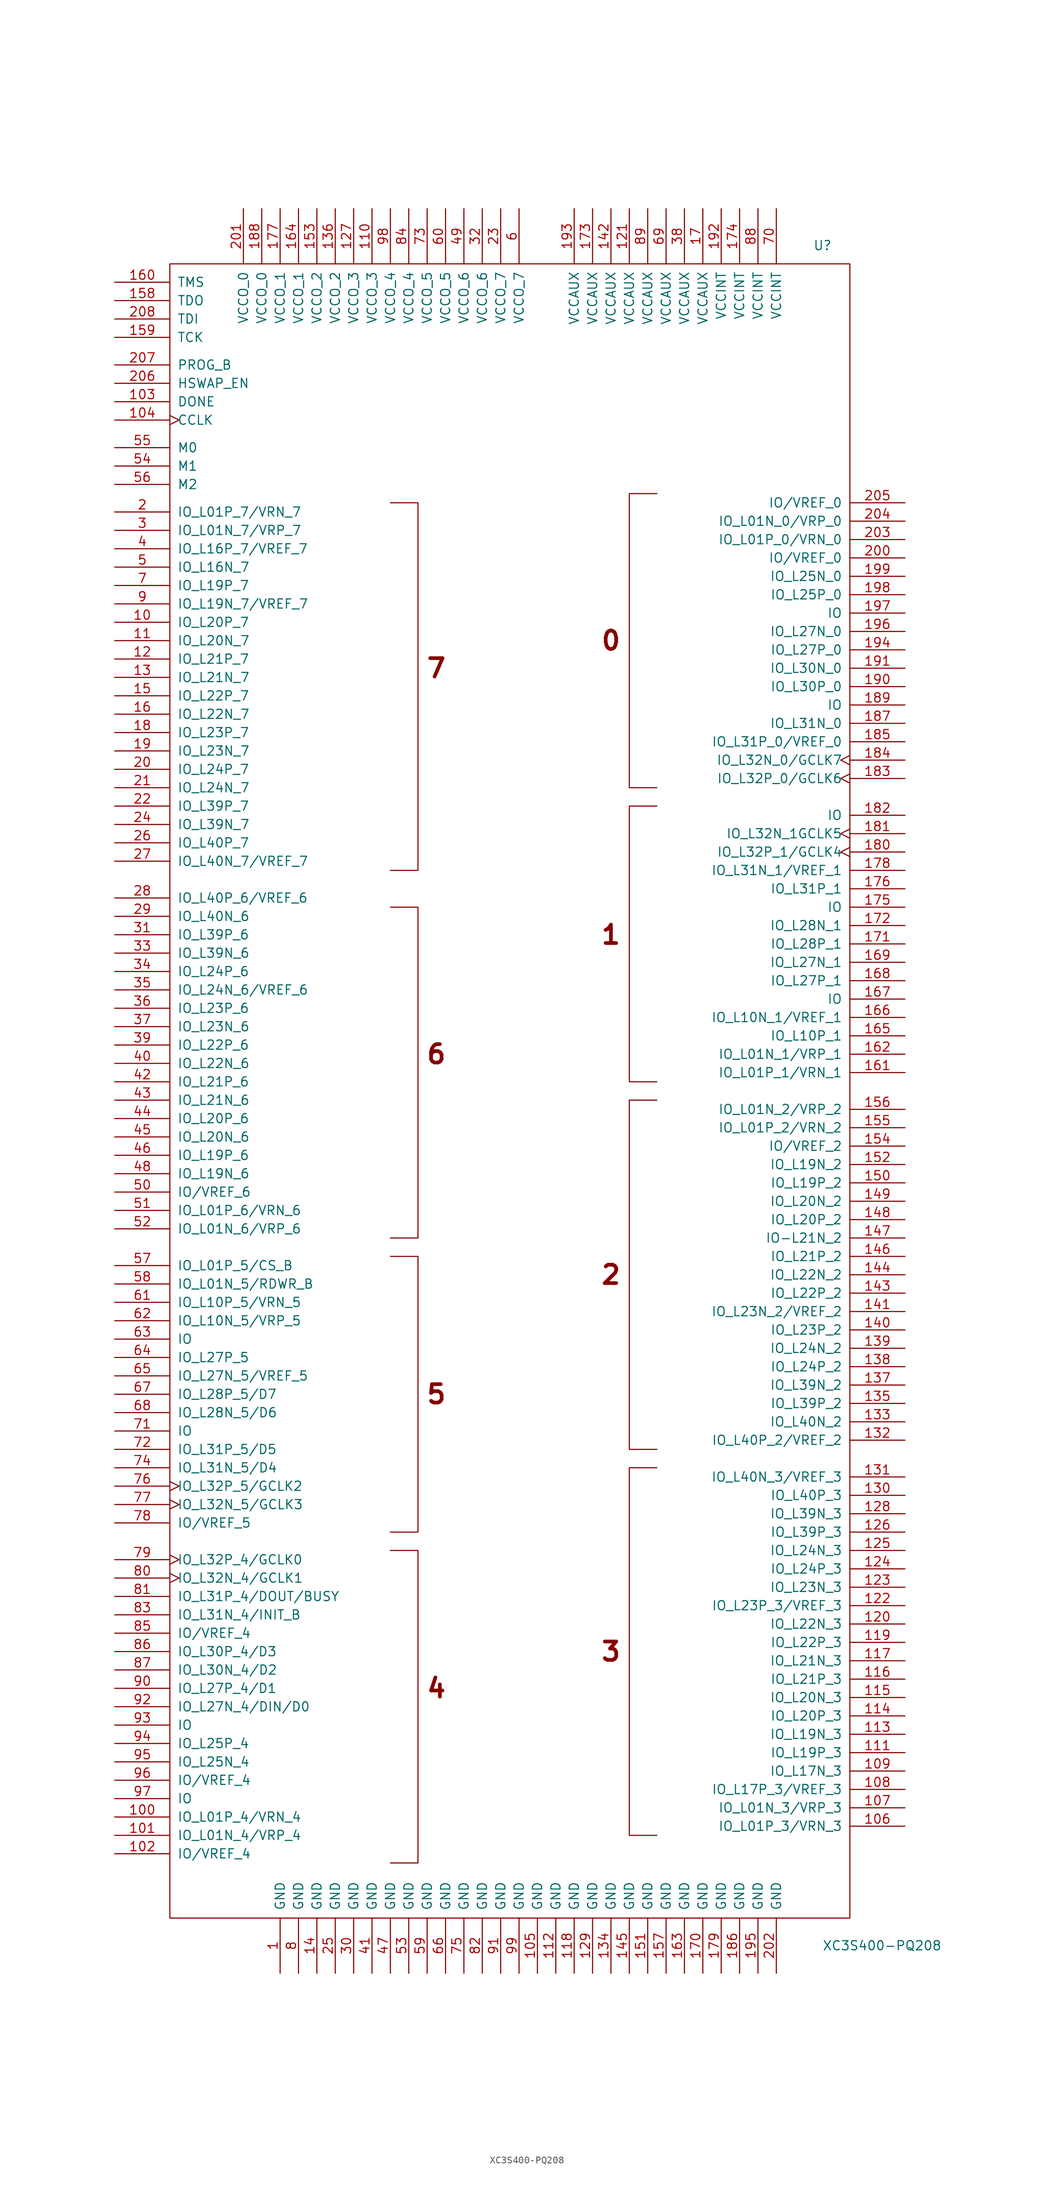
<source format=kicad_sym>
(kicad_symbol_lib
  (version 20201005)
  (generator kicad_symbol_editor)
  (symbol "FPGA_Xilinx:XC3S400-PQ208"
    (pin_names
      (offset 1.016))
    (property "Reference" "U"
      (at 41.91 116.84 0)
      (effects (font (size 1.27 1.27)) (justify left)))
    (property "Value" "XC3S400-PQ208"
      (at 43.18 -118.11 0)
      (effects (font (size 1.27 1.27)) (justify left)))
    (symbol "XC3S400-PQ208_0_0"
      (text "0" (at 13.97 62.23 0) (effects (font (size 2.54 2.54) bold)))
      (text "1" (at 13.97 21.59 0) (effects (font (size 2.54 2.54) bold)))
      (text "2" (at 13.97 -25.4 0) (effects (font (size 2.54 2.54) bold)))
      (text "3" (at 13.97 -77.47 0) (effects (font (size 2.54 2.54) bold)))
      (text "4" (at -10.16 -82.55 0) (effects (font (size 2.54 2.54) bold)))
      (text "5" (at -10.16 -41.91 0) (effects (font (size 2.54 2.54) bold)))
      (text "6" (at -10.16 5.08 0) (effects (font (size 2.54 2.54) bold)))
      (text "7" (at -10.16 58.42 0) (effects (font (size 2.54 2.54) bold))))
    (symbol "XC3S400-PQ208_0_1"
      (rectangle (start -46.99 114.3) (end 46.99 -114.3) (stroke (width 0)) (fill (type none)))
      (polyline (pts (xy -16.51 -63.5) (xy -12.7 -63.5) (xy -12.7 -106.68) (xy -16.51 -106.68) (xy -15.24 -106.68)) (stroke (width 0)) (fill (type none)))
      (polyline (pts (xy -16.51 -60.96) (xy -12.7 -60.96) (xy -12.7 -22.86) (xy -16.51 -22.86) (xy -16.51 -22.86)) (stroke (width 0)) (fill (type none)))
      (polyline (pts (xy -16.51 -20.32) (xy -12.7 -20.32) (xy -12.7 25.4) (xy -16.51 25.4) (xy -16.51 25.4)) (stroke (width 0)) (fill (type none)))
      (polyline (pts (xy -16.51 30.48) (xy -12.7 30.48) (xy -12.7 81.28) (xy -16.51 81.28) (xy -16.51 81.28)) (stroke (width 0)) (fill (type none)))
      (polyline (pts (xy 20.32 -52.07) (xy 16.51 -52.07) (xy 16.51 -102.87) (xy 20.32 -102.87) (xy 20.32 -102.87)) (stroke (width 0)) (fill (type none)))
      (polyline (pts (xy 20.32 -1.27) (xy 16.51 -1.27) (xy 16.51 -49.53) (xy 20.32 -49.53) (xy 20.32 -49.53)) (stroke (width 0)) (fill (type none)))
      (polyline (pts (xy 20.32 39.37) (xy 16.51 39.37) (xy 16.51 1.27) (xy 20.32 1.27) (xy 20.32 1.27)) (stroke (width 0)) (fill (type none)))
      (polyline (pts (xy 20.32 82.55) (xy 16.51 82.55) (xy 16.51 41.91) (xy 20.32 41.91) (xy 20.32 41.91)) (stroke (width 0)) (fill (type none))))
    (symbol "XC3S400-PQ208_1_1"
      (pin power_in line (at -31.75 -121.92 90) (length 7.62) (name "GND" (effects (font (size 1.27 1.27)))) (number "1" (effects (font (size 1.27 1.27)))))
      (pin bidirectional line (at -54.61 64.77 0) (length 7.62) (name "IO_L20P_7" (effects (font (size 1.27 1.27)))) (number "10" (effects (font (size 1.27 1.27)))))
      (pin bidirectional line (at -54.61 -100.33 0) (length 7.62) (name "IO_L01P_4/VRN_4" (effects (font (size 1.27 1.27)))) (number "100" (effects (font (size 1.27 1.27)))))
      (pin bidirectional line (at -54.61 -102.87 0) (length 7.62) (name "IO_L01N_4/VRP_4" (effects (font (size 1.27 1.27)))) (number "101" (effects (font (size 1.27 1.27)))))
      (pin bidirectional line (at -54.61 -105.41 0) (length 7.62) (name "IO/VREF_4" (effects (font (size 1.27 1.27)))) (number "102" (effects (font (size 1.27 1.27)))))
      (pin bidirectional line (at -54.61 95.25 0) (length 7.62) (name "DONE" (effects (font (size 1.27 1.27)))) (number "103" (effects (font (size 1.27 1.27)))))
      (pin bidirectional clock (at -54.61 92.71 0) (length 7.62) (name "CCLK" (effects (font (size 1.27 1.27)))) (number "104" (effects (font (size 1.27 1.27)))))
      (pin power_in line (at 3.81 -121.92 90) (length 7.62) (name "GND" (effects (font (size 1.27 1.27)))) (number "105" (effects (font (size 1.27 1.27)))))
      (pin bidirectional line (at 54.61 -101.6 180) (length 7.62) (name "IO_L01P_3/VRN_3" (effects (font (size 1.27 1.27)))) (number "106" (effects (font (size 1.27 1.27)))))
      (pin bidirectional line (at 54.61 -99.06 180) (length 7.62) (name "IO_L01N_3/VRP_3" (effects (font (size 1.27 1.27)))) (number "107" (effects (font (size 1.27 1.27)))))
      (pin bidirectional line (at 54.61 -96.52 180) (length 7.62) (name "IO_L17P_3/VREF_3" (effects (font (size 1.27 1.27)))) (number "108" (effects (font (size 1.27 1.27)))))
      (pin bidirectional line (at 54.61 -93.98 180) (length 7.62) (name "IO_L17N_3" (effects (font (size 1.27 1.27)))) (number "109" (effects (font (size 1.27 1.27)))))
      (pin bidirectional line (at -54.61 62.23 0) (length 7.62) (name "IO_L20N_7" (effects (font (size 1.27 1.27)))) (number "11" (effects (font (size 1.27 1.27)))))
      (pin power_in line (at -19.05 121.92 270) (length 7.62) (name "VCCO_3" (effects (font (size 1.27 1.27)))) (number "110" (effects (font (size 1.27 1.27)))))
      (pin bidirectional line (at 54.61 -91.44 180) (length 7.62) (name "IO_L19P_3" (effects (font (size 1.27 1.27)))) (number "111" (effects (font (size 1.27 1.27)))))
      (pin power_in line (at 6.35 -121.92 90) (length 7.62) (name "GND" (effects (font (size 1.27 1.27)))) (number "112" (effects (font (size 1.27 1.27)))))
      (pin bidirectional line (at 54.61 -88.9 180) (length 7.62) (name "IO_L19N_3" (effects (font (size 1.27 1.27)))) (number "113" (effects (font (size 1.27 1.27)))))
      (pin bidirectional line (at 54.61 -86.36 180) (length 7.62) (name "IO_L20P_3" (effects (font (size 1.27 1.27)))) (number "114" (effects (font (size 1.27 1.27)))))
      (pin bidirectional line (at 54.61 -83.82 180) (length 7.62) (name "IO_L20N_3" (effects (font (size 1.27 1.27)))) (number "115" (effects (font (size 1.27 1.27)))))
      (pin bidirectional line (at 54.61 -81.28 180) (length 7.62) (name "IO_L21P_3" (effects (font (size 1.27 1.27)))) (number "116" (effects (font (size 1.27 1.27)))))
      (pin bidirectional line (at 54.61 -78.74 180) (length 7.62) (name "IO_L21N_3" (effects (font (size 1.27 1.27)))) (number "117" (effects (font (size 1.27 1.27)))))
      (pin power_in line (at 8.89 -121.92 90) (length 7.62) (name "GND" (effects (font (size 1.27 1.27)))) (number "118" (effects (font (size 1.27 1.27)))))
      (pin bidirectional line (at 54.61 -76.2 180) (length 7.62) (name "IO_L22P_3" (effects (font (size 1.27 1.27)))) (number "119" (effects (font (size 1.27 1.27)))))
      (pin bidirectional line (at -54.61 59.69 0) (length 7.62) (name "IO_L21P_7" (effects (font (size 1.27 1.27)))) (number "12" (effects (font (size 1.27 1.27)))))
      (pin bidirectional line (at 54.61 -73.66 180) (length 7.62) (name "IO_L22N_3" (effects (font (size 1.27 1.27)))) (number "120" (effects (font (size 1.27 1.27)))))
      (pin power_in line (at 16.51 121.92 270) (length 7.62) (name "VCCAUX" (effects (font (size 1.27 1.27)))) (number "121" (effects (font (size 1.27 1.27)))))
      (pin bidirectional line (at 54.61 -71.12 180) (length 7.62) (name "IO_L23P_3/VREF_3" (effects (font (size 1.27 1.27)))) (number "122" (effects (font (size 1.27 1.27)))))
      (pin bidirectional line (at 54.61 -68.58 180) (length 7.62) (name "IO_L23N_3" (effects (font (size 1.27 1.27)))) (number "123" (effects (font (size 1.27 1.27)))))
      (pin bidirectional line (at 54.61 -66.04 180) (length 7.62) (name "IO_L24P_3" (effects (font (size 1.27 1.27)))) (number "124" (effects (font (size 1.27 1.27)))))
      (pin bidirectional line (at 54.61 -63.5 180) (length 7.62) (name "IO_L24N_3" (effects (font (size 1.27 1.27)))) (number "125" (effects (font (size 1.27 1.27)))))
      (pin bidirectional line (at 54.61 -60.96 180) (length 7.62) (name "IO_L39P_3" (effects (font (size 1.27 1.27)))) (number "126" (effects (font (size 1.27 1.27)))))
      (pin power_in line (at -21.59 121.92 270) (length 7.62) (name "VCCO_3" (effects (font (size 1.27 1.27)))) (number "127" (effects (font (size 1.27 1.27)))))
      (pin bidirectional line (at 54.61 -58.42 180) (length 7.62) (name "IO_L39N_3" (effects (font (size 1.27 1.27)))) (number "128" (effects (font (size 1.27 1.27)))))
      (pin power_in line (at 11.43 -121.92 90) (length 7.62) (name "GND" (effects (font (size 1.27 1.27)))) (number "129" (effects (font (size 1.27 1.27)))))
      (pin bidirectional line (at -54.61 57.15 0) (length 7.62) (name "IO_L21N_7" (effects (font (size 1.27 1.27)))) (number "13" (effects (font (size 1.27 1.27)))))
      (pin bidirectional line (at 54.61 -55.88 180) (length 7.62) (name "IO_L40P_3" (effects (font (size 1.27 1.27)))) (number "130" (effects (font (size 1.27 1.27)))))
      (pin bidirectional line (at 54.61 -53.34 180) (length 7.62) (name "IO_L40N_3/VREF_3" (effects (font (size 1.27 1.27)))) (number "131" (effects (font (size 1.27 1.27)))))
      (pin bidirectional line (at 54.61 -48.26 180) (length 7.62) (name "IO_L40P_2/VREF_2" (effects (font (size 1.27 1.27)))) (number "132" (effects (font (size 1.27 1.27)))))
      (pin bidirectional line (at 54.61 -45.72 180) (length 7.62) (name "IO_L40N_2" (effects (font (size 1.27 1.27)))) (number "133" (effects (font (size 1.27 1.27)))))
      (pin power_in line (at 13.97 -121.92 90) (length 7.62) (name "GND" (effects (font (size 1.27 1.27)))) (number "134" (effects (font (size 1.27 1.27)))))
      (pin bidirectional line (at 54.61 -43.18 180) (length 7.62) (name "IO_L39P_2" (effects (font (size 1.27 1.27)))) (number "135" (effects (font (size 1.27 1.27)))))
      (pin power_in line (at -24.13 121.92 270) (length 7.62) (name "VCCO_2" (effects (font (size 1.27 1.27)))) (number "136" (effects (font (size 1.27 1.27)))))
      (pin bidirectional line (at 54.61 -40.64 180) (length 7.62) (name "IO_L39N_2" (effects (font (size 1.27 1.27)))) (number "137" (effects (font (size 1.27 1.27)))))
      (pin bidirectional line (at 54.61 -38.1 180) (length 7.62) (name "IO_L24P_2" (effects (font (size 1.27 1.27)))) (number "138" (effects (font (size 1.27 1.27)))))
      (pin bidirectional line (at 54.61 -35.56 180) (length 7.62) (name "IO_L24N_2" (effects (font (size 1.27 1.27)))) (number "139" (effects (font (size 1.27 1.27)))))
      (pin power_in line (at -26.67 -121.92 90) (length 7.62) (name "GND" (effects (font (size 1.27 1.27)))) (number "14" (effects (font (size 1.27 1.27)))))
      (pin bidirectional line (at 54.61 -33.02 180) (length 7.62) (name "IO_L23P_2" (effects (font (size 1.27 1.27)))) (number "140" (effects (font (size 1.27 1.27)))))
      (pin bidirectional line (at 54.61 -30.48 180) (length 7.62) (name "IO_L23N_2/VREF_2" (effects (font (size 1.27 1.27)))) (number "141" (effects (font (size 1.27 1.27)))))
      (pin power_in line (at 13.97 121.92 270) (length 7.62) (name "VCCAUX" (effects (font (size 1.27 1.27)))) (number "142" (effects (font (size 1.27 1.27)))))
      (pin bidirectional line (at 54.61 -27.94 180) (length 7.62) (name "IO_L22P_2" (effects (font (size 1.27 1.27)))) (number "143" (effects (font (size 1.27 1.27)))))
      (pin bidirectional line (at 54.61 -25.4 180) (length 7.62) (name "IO_L22N_2" (effects (font (size 1.27 1.27)))) (number "144" (effects (font (size 1.27 1.27)))))
      (pin power_in line (at 16.51 -121.92 90) (length 7.62) (name "GND" (effects (font (size 1.27 1.27)))) (number "145" (effects (font (size 1.27 1.27)))))
      (pin bidirectional line (at 54.61 -22.86 180) (length 7.62) (name "IO_L21P_2" (effects (font (size 1.27 1.27)))) (number "146" (effects (font (size 1.27 1.27)))))
      (pin bidirectional line (at 54.61 -20.32 180) (length 7.62) (name "IO-L21N_2" (effects (font (size 1.27 1.27)))) (number "147" (effects (font (size 1.27 1.27)))))
      (pin bidirectional line (at 54.61 -17.78 180) (length 7.62) (name "IO_L20P_2" (effects (font (size 1.27 1.27)))) (number "148" (effects (font (size 1.27 1.27)))))
      (pin bidirectional line (at 54.61 -15.24 180) (length 7.62) (name "IO_L20N_2" (effects (font (size 1.27 1.27)))) (number "149" (effects (font (size 1.27 1.27)))))
      (pin bidirectional line (at -54.61 54.61 0) (length 7.62) (name "IO_L22P_7" (effects (font (size 1.27 1.27)))) (number "15" (effects (font (size 1.27 1.27)))))
      (pin bidirectional line (at 54.61 -12.7 180) (length 7.62) (name "IO_L19P_2" (effects (font (size 1.27 1.27)))) (number "150" (effects (font (size 1.27 1.27)))))
      (pin power_in line (at 19.05 -121.92 90) (length 7.62) (name "GND" (effects (font (size 1.27 1.27)))) (number "151" (effects (font (size 1.27 1.27)))))
      (pin bidirectional line (at 54.61 -10.16 180) (length 7.62) (name "IO_L19N_2" (effects (font (size 1.27 1.27)))) (number "152" (effects (font (size 1.27 1.27)))))
      (pin power_in line (at -26.67 121.92 270) (length 7.62) (name "VCCO_2" (effects (font (size 1.27 1.27)))) (number "153" (effects (font (size 1.27 1.27)))))
      (pin bidirectional line (at 54.61 -7.62 180) (length 7.62) (name "IO/VREF_2" (effects (font (size 1.27 1.27)))) (number "154" (effects (font (size 1.27 1.27)))))
      (pin bidirectional line (at 54.61 -5.08 180) (length 7.62) (name "IO_L01P_2/VRN_2" (effects (font (size 1.27 1.27)))) (number "155" (effects (font (size 1.27 1.27)))))
      (pin bidirectional line (at 54.61 -2.54 180) (length 7.62) (name "IO_L01N_2/VRP_2" (effects (font (size 1.27 1.27)))) (number "156" (effects (font (size 1.27 1.27)))))
      (pin power_in line (at 21.59 -121.92 90) (length 7.62) (name "GND" (effects (font (size 1.27 1.27)))) (number "157" (effects (font (size 1.27 1.27)))))
      (pin bidirectional line (at -54.61 109.22 0) (length 7.62) (name "TDO" (effects (font (size 1.27 1.27)))) (number "158" (effects (font (size 1.27 1.27)))))
      (pin bidirectional line (at -54.61 104.14 0) (length 7.62) (name "TCK" (effects (font (size 1.27 1.27)))) (number "159" (effects (font (size 1.27 1.27)))))
      (pin bidirectional line (at -54.61 52.07 0) (length 7.62) (name "IO_L22N_7" (effects (font (size 1.27 1.27)))) (number "16" (effects (font (size 1.27 1.27)))))
      (pin bidirectional line (at -54.61 111.76 0) (length 7.62) (name "TMS" (effects (font (size 1.27 1.27)))) (number "160" (effects (font (size 1.27 1.27)))))
      (pin bidirectional line (at 54.61 2.54 180) (length 7.62) (name "IO_L01P_1/VRN_1" (effects (font (size 1.27 1.27)))) (number "161" (effects (font (size 1.27 1.27)))))
      (pin bidirectional line (at 54.61 5.08 180) (length 7.62) (name "IO_L01N_1/VRP_1" (effects (font (size 1.27 1.27)))) (number "162" (effects (font (size 1.27 1.27)))))
      (pin power_in line (at 24.13 -121.92 90) (length 7.62) (name "GND" (effects (font (size 1.27 1.27)))) (number "163" (effects (font (size 1.27 1.27)))))
      (pin power_in line (at -29.21 121.92 270) (length 7.62) (name "VCCO_1" (effects (font (size 1.27 1.27)))) (number "164" (effects (font (size 1.27 1.27)))))
      (pin bidirectional line (at 54.61 7.62 180) (length 7.62) (name "IO_L10P_1" (effects (font (size 1.27 1.27)))) (number "165" (effects (font (size 1.27 1.27)))))
      (pin bidirectional line (at 54.61 10.16 180) (length 7.62) (name "IO_L10N_1/VREF_1" (effects (font (size 1.27 1.27)))) (number "166" (effects (font (size 1.27 1.27)))))
      (pin bidirectional line (at 54.61 12.7 180) (length 7.62) (name "IO" (effects (font (size 1.27 1.27)))) (number "167" (effects (font (size 1.27 1.27)))))
      (pin bidirectional line (at 54.61 15.24 180) (length 7.62) (name "IO_L27P_1" (effects (font (size 1.27 1.27)))) (number "168" (effects (font (size 1.27 1.27)))))
      (pin bidirectional line (at 54.61 17.78 180) (length 7.62) (name "IO_L27N_1" (effects (font (size 1.27 1.27)))) (number "169" (effects (font (size 1.27 1.27)))))
      (pin power_in line (at 26.67 121.92 270) (length 7.62) (name "VCCAUX" (effects (font (size 1.27 1.27)))) (number "17" (effects (font (size 1.27 1.27)))))
      (pin power_in line (at 26.67 -121.92 90) (length 7.62) (name "GND" (effects (font (size 1.27 1.27)))) (number "170" (effects (font (size 1.27 1.27)))))
      (pin bidirectional line (at 54.61 20.32 180) (length 7.62) (name "IO_L28P_1" (effects (font (size 1.27 1.27)))) (number "171" (effects (font (size 1.27 1.27)))))
      (pin bidirectional line (at 54.61 22.86 180) (length 7.62) (name "IO_L28N_1" (effects (font (size 1.27 1.27)))) (number "172" (effects (font (size 1.27 1.27)))))
      (pin power_in line (at 11.43 121.92 270) (length 7.62) (name "VCCAUX" (effects (font (size 1.27 1.27)))) (number "173" (effects (font (size 1.27 1.27)))))
      (pin power_in line (at 31.75 121.92 270) (length 7.62) (name "VCCINT" (effects (font (size 1.27 1.27)))) (number "174" (effects (font (size 1.27 1.27)))))
      (pin bidirectional line (at 54.61 25.4 180) (length 7.62) (name "IO" (effects (font (size 1.27 1.27)))) (number "175" (effects (font (size 1.27 1.27)))))
      (pin bidirectional line (at 54.61 27.94 180) (length 7.62) (name "IO_L31P_1" (effects (font (size 1.27 1.27)))) (number "176" (effects (font (size 1.27 1.27)))))
      (pin power_in line (at -31.75 121.92 270) (length 7.62) (name "VCCO_1" (effects (font (size 1.27 1.27)))) (number "177" (effects (font (size 1.27 1.27)))))
      (pin bidirectional line (at 54.61 30.48 180) (length 7.62) (name "IO_L31N_1/VREF_1" (effects (font (size 1.27 1.27)))) (number "178" (effects (font (size 1.27 1.27)))))
      (pin power_in line (at 29.21 -121.92 90) (length 7.62) (name "GND" (effects (font (size 1.27 1.27)))) (number "179" (effects (font (size 1.27 1.27)))))
      (pin bidirectional line (at -54.61 49.53 0) (length 7.62) (name "IO_L23P_7" (effects (font (size 1.27 1.27)))) (number "18" (effects (font (size 1.27 1.27)))))
      (pin bidirectional clock (at 54.61 33.02 180) (length 7.62) (name "IO_L32P_1/GCLK4" (effects (font (size 1.27 1.27)))) (number "180" (effects (font (size 1.27 1.27)))))
      (pin bidirectional clock (at 54.61 35.56 180) (length 7.62) (name "IO_L32N_1GCLK5" (effects (font (size 1.27 1.27)))) (number "181" (effects (font (size 1.27 1.27)))))
      (pin bidirectional line (at 54.61 38.1 180) (length 7.62) (name "IO" (effects (font (size 1.27 1.27)))) (number "182" (effects (font (size 1.27 1.27)))))
      (pin bidirectional clock (at 54.61 43.18 180) (length 7.62) (name "IO_L32P_0/GCLK6" (effects (font (size 1.27 1.27)))) (number "183" (effects (font (size 1.27 1.27)))))
      (pin bidirectional clock (at 54.61 45.72 180) (length 7.62) (name "IO_L32N_0/GCLK7" (effects (font (size 1.27 1.27)))) (number "184" (effects (font (size 1.27 1.27)))))
      (pin bidirectional line (at 54.61 48.26 180) (length 7.62) (name "IO_L31P_0/VREF_0" (effects (font (size 1.27 1.27)))) (number "185" (effects (font (size 1.27 1.27)))))
      (pin power_in line (at 31.75 -121.92 90) (length 7.62) (name "GND" (effects (font (size 1.27 1.27)))) (number "186" (effects (font (size 1.27 1.27)))))
      (pin bidirectional line (at 54.61 50.8 180) (length 7.62) (name "IO_L31N_0" (effects (font (size 1.27 1.27)))) (number "187" (effects (font (size 1.27 1.27)))))
      (pin power_in line (at -34.29 121.92 270) (length 7.62) (name "VCCO_0" (effects (font (size 1.27 1.27)))) (number "188" (effects (font (size 1.27 1.27)))))
      (pin bidirectional line (at 54.61 53.34 180) (length 7.62) (name "IO" (effects (font (size 1.27 1.27)))) (number "189" (effects (font (size 1.27 1.27)))))
      (pin bidirectional line (at -54.61 46.99 0) (length 7.62) (name "IO_L23N_7" (effects (font (size 1.27 1.27)))) (number "19" (effects (font (size 1.27 1.27)))))
      (pin bidirectional line (at 54.61 55.88 180) (length 7.62) (name "IO_L30P_0" (effects (font (size 1.27 1.27)))) (number "190" (effects (font (size 1.27 1.27)))))
      (pin bidirectional line (at 54.61 58.42 180) (length 7.62) (name "IO_L30N_0" (effects (font (size 1.27 1.27)))) (number "191" (effects (font (size 1.27 1.27)))))
      (pin power_in line (at 29.21 121.92 270) (length 7.62) (name "VCCINT" (effects (font (size 1.27 1.27)))) (number "192" (effects (font (size 1.27 1.27)))))
      (pin power_in line (at 8.89 121.92 270) (length 7.62) (name "VCCAUX" (effects (font (size 1.27 1.27)))) (number "193" (effects (font (size 1.27 1.27)))))
      (pin bidirectional line (at 54.61 60.96 180) (length 7.62) (name "IO_L27P_0" (effects (font (size 1.27 1.27)))) (number "194" (effects (font (size 1.27 1.27)))))
      (pin power_in line (at 34.29 -121.92 90) (length 7.62) (name "GND" (effects (font (size 1.27 1.27)))) (number "195" (effects (font (size 1.27 1.27)))))
      (pin bidirectional line (at 54.61 63.5 180) (length 7.62) (name "IO_L27N_0" (effects (font (size 1.27 1.27)))) (number "196" (effects (font (size 1.27 1.27)))))
      (pin bidirectional line (at 54.61 66.04 180) (length 7.62) (name "IO" (effects (font (size 1.27 1.27)))) (number "197" (effects (font (size 1.27 1.27)))))
      (pin bidirectional line (at 54.61 68.58 180) (length 7.62) (name "IO_L25P_0" (effects (font (size 1.27 1.27)))) (number "198" (effects (font (size 1.27 1.27)))))
      (pin bidirectional line (at 54.61 71.12 180) (length 7.62) (name "IO_L25N_0" (effects (font (size 1.27 1.27)))) (number "199" (effects (font (size 1.27 1.27)))))
      (pin bidirectional line (at -54.61 80.01 0) (length 7.62) (name "IO_L01P_7/VRN_7" (effects (font (size 1.27 1.27)))) (number "2" (effects (font (size 1.27 1.27)))))
      (pin bidirectional line (at -54.61 44.45 0) (length 7.62) (name "IO_L24P_7" (effects (font (size 1.27 1.27)))) (number "20" (effects (font (size 1.27 1.27)))))
      (pin bidirectional line (at 54.61 73.66 180) (length 7.62) (name "IO/VREF_0" (effects (font (size 1.27 1.27)))) (number "200" (effects (font (size 1.27 1.27)))))
      (pin power_in line (at -36.83 121.92 270) (length 7.62) (name "VCCO_0" (effects (font (size 1.27 1.27)))) (number "201" (effects (font (size 1.27 1.27)))))
      (pin power_in line (at 36.83 -121.92 90) (length 7.62) (name "GND" (effects (font (size 1.27 1.27)))) (number "202" (effects (font (size 1.27 1.27)))))
      (pin bidirectional line (at 54.61 76.2 180) (length 7.62) (name "IO_L01P_0/VRN_0" (effects (font (size 1.27 1.27)))) (number "203" (effects (font (size 1.27 1.27)))))
      (pin bidirectional line (at 54.61 78.74 180) (length 7.62) (name "IO_L01N_0/VRP_0" (effects (font (size 1.27 1.27)))) (number "204" (effects (font (size 1.27 1.27)))))
      (pin bidirectional line (at 54.61 81.28 180) (length 7.62) (name "IO/VREF_0" (effects (font (size 1.27 1.27)))) (number "205" (effects (font (size 1.27 1.27)))))
      (pin input line (at -54.61 97.79 0) (length 7.62) (name "HSWAP_EN" (effects (font (size 1.27 1.27)))) (number "206" (effects (font (size 1.27 1.27)))))
      (pin input line (at -54.61 100.33 0) (length 7.62) (name "PROG_B" (effects (font (size 1.27 1.27)))) (number "207" (effects (font (size 1.27 1.27)))))
      (pin bidirectional line (at -54.61 106.68 0) (length 7.62) (name "TDI" (effects (font (size 1.27 1.27)))) (number "208" (effects (font (size 1.27 1.27)))))
      (pin bidirectional line (at -54.61 41.91 0) (length 7.62) (name "IO_L24N_7" (effects (font (size 1.27 1.27)))) (number "21" (effects (font (size 1.27 1.27)))))
      (pin bidirectional line (at -54.61 39.37 0) (length 7.62) (name "IO_L39P_7" (effects (font (size 1.27 1.27)))) (number "22" (effects (font (size 1.27 1.27)))))
      (pin power_in line (at -1.27 121.92 270) (length 7.62) (name "VCCO_7" (effects (font (size 1.27 1.27)))) (number "23" (effects (font (size 1.27 1.27)))))
      (pin bidirectional line (at -54.61 36.83 0) (length 7.62) (name "IO_L39N_7" (effects (font (size 1.27 1.27)))) (number "24" (effects (font (size 1.27 1.27)))))
      (pin power_in line (at -24.13 -121.92 90) (length 7.62) (name "GND" (effects (font (size 1.27 1.27)))) (number "25" (effects (font (size 1.27 1.27)))))
      (pin bidirectional line (at -54.61 34.29 0) (length 7.62) (name "IO_L40P_7" (effects (font (size 1.27 1.27)))) (number "26" (effects (font (size 1.27 1.27)))))
      (pin bidirectional line (at -54.61 31.75 0) (length 7.62) (name "IO_L40N_7/VREF_7" (effects (font (size 1.27 1.27)))) (number "27" (effects (font (size 1.27 1.27)))))
      (pin bidirectional line (at -54.61 26.67 0) (length 7.62) (name "IO_L40P_6/VREF_6" (effects (font (size 1.27 1.27)))) (number "28" (effects (font (size 1.27 1.27)))))
      (pin bidirectional line (at -54.61 24.13 0) (length 7.62) (name "IO_L40N_6" (effects (font (size 1.27 1.27)))) (number "29" (effects (font (size 1.27 1.27)))))
      (pin bidirectional line (at -54.61 77.47 0) (length 7.62) (name "IO_L01N_7/VRP_7" (effects (font (size 1.27 1.27)))) (number "3" (effects (font (size 1.27 1.27)))))
      (pin power_in line (at -21.59 -121.92 90) (length 7.62) (name "GND" (effects (font (size 1.27 1.27)))) (number "30" (effects (font (size 1.27 1.27)))))
      (pin bidirectional line (at -54.61 21.59 0) (length 7.62) (name "IO_L39P_6" (effects (font (size 1.27 1.27)))) (number "31" (effects (font (size 1.27 1.27)))))
      (pin power_in line (at -3.81 121.92 270) (length 7.62) (name "VCCO_6" (effects (font (size 1.27 1.27)))) (number "32" (effects (font (size 1.27 1.27)))))
      (pin bidirectional line (at -54.61 19.05 0) (length 7.62) (name "IO_L39N_6" (effects (font (size 1.27 1.27)))) (number "33" (effects (font (size 1.27 1.27)))))
      (pin bidirectional line (at -54.61 16.51 0) (length 7.62) (name "IO_L24P_6" (effects (font (size 1.27 1.27)))) (number "34" (effects (font (size 1.27 1.27)))))
      (pin bidirectional line (at -54.61 13.97 0) (length 7.62) (name "IO_L24N_6/VREF_6" (effects (font (size 1.27 1.27)))) (number "35" (effects (font (size 1.27 1.27)))))
      (pin bidirectional line (at -54.61 11.43 0) (length 7.62) (name "IO_L23P_6" (effects (font (size 1.27 1.27)))) (number "36" (effects (font (size 1.27 1.27)))))
      (pin bidirectional line (at -54.61 8.89 0) (length 7.62) (name "IO_L23N_6" (effects (font (size 1.27 1.27)))) (number "37" (effects (font (size 1.27 1.27)))))
      (pin power_in line (at 24.13 121.92 270) (length 7.62) (name "VCCAUX" (effects (font (size 1.27 1.27)))) (number "38" (effects (font (size 1.27 1.27)))))
      (pin bidirectional line (at -54.61 6.35 0) (length 7.62) (name "IO_L22P_6" (effects (font (size 1.27 1.27)))) (number "39" (effects (font (size 1.27 1.27)))))
      (pin bidirectional line (at -54.61 74.93 0) (length 7.62) (name "IO_L16P_7/VREF_7" (effects (font (size 1.27 1.27)))) (number "4" (effects (font (size 1.27 1.27)))))
      (pin bidirectional line (at -54.61 3.81 0) (length 7.62) (name "IO_L22N_6" (effects (font (size 1.27 1.27)))) (number "40" (effects (font (size 1.27 1.27)))))
      (pin power_in line (at -19.05 -121.92 90) (length 7.62) (name "GND" (effects (font (size 1.27 1.27)))) (number "41" (effects (font (size 1.27 1.27)))))
      (pin bidirectional line (at -54.61 1.27 0) (length 7.62) (name "IO_L21P_6" (effects (font (size 1.27 1.27)))) (number "42" (effects (font (size 1.27 1.27)))))
      (pin bidirectional line (at -54.61 -1.27 0) (length 7.62) (name "IO_L21N_6" (effects (font (size 1.27 1.27)))) (number "43" (effects (font (size 1.27 1.27)))))
      (pin bidirectional line (at -54.61 -3.81 0) (length 7.62) (name "IO_L20P_6" (effects (font (size 1.27 1.27)))) (number "44" (effects (font (size 1.27 1.27)))))
      (pin bidirectional line (at -54.61 -6.35 0) (length 7.62) (name "IO_L20N_6" (effects (font (size 1.27 1.27)))) (number "45" (effects (font (size 1.27 1.27)))))
      (pin bidirectional line (at -54.61 -8.89 0) (length 7.62) (name "IO_L19P_6" (effects (font (size 1.27 1.27)))) (number "46" (effects (font (size 1.27 1.27)))))
      (pin power_in line (at -16.51 -121.92 90) (length 7.62) (name "GND" (effects (font (size 1.27 1.27)))) (number "47" (effects (font (size 1.27 1.27)))))
      (pin bidirectional line (at -54.61 -11.43 0) (length 7.62) (name "IO_L19N_6" (effects (font (size 1.27 1.27)))) (number "48" (effects (font (size 1.27 1.27)))))
      (pin passive line (at -6.35 121.92 270) (length 7.62) (name "VCCO_6" (effects (font (size 1.27 1.27)))) (number "49" (effects (font (size 1.27 1.27)))))
      (pin bidirectional line (at -54.61 72.39 0) (length 7.62) (name "IO_L16N_7" (effects (font (size 1.27 1.27)))) (number "5" (effects (font (size 1.27 1.27)))))
      (pin bidirectional line (at -54.61 -13.97 0) (length 7.62) (name "IO/VREF_6" (effects (font (size 1.27 1.27)))) (number "50" (effects (font (size 1.27 1.27)))))
      (pin bidirectional line (at -54.61 -16.51 0) (length 7.62) (name "IO_L01P_6/VRN_6" (effects (font (size 1.27 1.27)))) (number "51" (effects (font (size 1.27 1.27)))))
      (pin bidirectional line (at -54.61 -19.05 0) (length 7.62) (name "IO_L01N_6/VRP_6" (effects (font (size 1.27 1.27)))) (number "52" (effects (font (size 1.27 1.27)))))
      (pin power_in line (at -13.97 -121.92 90) (length 7.62) (name "GND" (effects (font (size 1.27 1.27)))) (number "53" (effects (font (size 1.27 1.27)))))
      (pin input line (at -54.61 86.36 0) (length 7.62) (name "M1" (effects (font (size 1.27 1.27)))) (number "54" (effects (font (size 1.27 1.27)))))
      (pin input line (at -54.61 88.9 0) (length 7.62) (name "M0" (effects (font (size 1.27 1.27)))) (number "55" (effects (font (size 1.27 1.27)))))
      (pin input line (at -54.61 83.82 0) (length 7.62) (name "M2" (effects (font (size 1.27 1.27)))) (number "56" (effects (font (size 1.27 1.27)))))
      (pin bidirectional line (at -54.61 -24.13 0) (length 7.62) (name "IO_L01P_5/CS_B" (effects (font (size 1.27 1.27)))) (number "57" (effects (font (size 1.27 1.27)))))
      (pin bidirectional line (at -54.61 -26.67 0) (length 7.62) (name "IO_L01N_5/RDWR_B" (effects (font (size 1.27 1.27)))) (number "58" (effects (font (size 1.27 1.27)))))
      (pin power_in line (at -11.43 -121.92 90) (length 7.62) (name "GND" (effects (font (size 1.27 1.27)))) (number "59" (effects (font (size 1.27 1.27)))))
      (pin power_in line (at 1.27 121.92 270) (length 7.62) (name "VCCO_7" (effects (font (size 1.27 1.27)))) (number "6" (effects (font (size 1.27 1.27)))))
      (pin power_in line (at -8.89 121.92 270) (length 7.62) (name "VCCO_5" (effects (font (size 1.27 1.27)))) (number "60" (effects (font (size 1.27 1.27)))))
      (pin bidirectional line (at -54.61 -29.21 0) (length 7.62) (name "IO_L10P_5/VRN_5" (effects (font (size 1.27 1.27)))) (number "61" (effects (font (size 1.27 1.27)))))
      (pin bidirectional line (at -54.61 -31.75 0) (length 7.62) (name "IO_L10N_5/VRP_5" (effects (font (size 1.27 1.27)))) (number "62" (effects (font (size 1.27 1.27)))))
      (pin bidirectional line (at -54.61 -34.29 0) (length 7.62) (name "IO" (effects (font (size 1.27 1.27)))) (number "63" (effects (font (size 1.27 1.27)))))
      (pin bidirectional line (at -54.61 -36.83 0) (length 7.62) (name "IO_L27P_5" (effects (font (size 1.27 1.27)))) (number "64" (effects (font (size 1.27 1.27)))))
      (pin bidirectional line (at -54.61 -39.37 0) (length 7.62) (name "IO_L27N_5/VREF_5" (effects (font (size 1.27 1.27)))) (number "65" (effects (font (size 1.27 1.27)))))
      (pin power_in line (at -8.89 -121.92 90) (length 7.62) (name "GND" (effects (font (size 1.27 1.27)))) (number "66" (effects (font (size 1.27 1.27)))))
      (pin bidirectional line (at -54.61 -41.91 0) (length 7.62) (name "IO_L28P_5/D7" (effects (font (size 1.27 1.27)))) (number "67" (effects (font (size 1.27 1.27)))))
      (pin bidirectional line (at -54.61 -44.45 0) (length 7.62) (name "IO_L28N_5/D6" (effects (font (size 1.27 1.27)))) (number "68" (effects (font (size 1.27 1.27)))))
      (pin power_in line (at 21.59 121.92 270) (length 7.62) (name "VCCAUX" (effects (font (size 1.27 1.27)))) (number "69" (effects (font (size 1.27 1.27)))))
      (pin bidirectional line (at -54.61 69.85 0) (length 7.62) (name "IO_L19P_7" (effects (font (size 1.27 1.27)))) (number "7" (effects (font (size 1.27 1.27)))))
      (pin power_in line (at 36.83 121.92 270) (length 7.62) (name "VCCINT" (effects (font (size 1.27 1.27)))) (number "70" (effects (font (size 1.27 1.27)))))
      (pin bidirectional line (at -54.61 -46.99 0) (length 7.62) (name "IO" (effects (font (size 1.27 1.27)))) (number "71" (effects (font (size 1.27 1.27)))))
      (pin bidirectional line (at -54.61 -49.53 0) (length 7.62) (name "IO_L31P_5/D5" (effects (font (size 1.27 1.27)))) (number "72" (effects (font (size 1.27 1.27)))))
      (pin power_in line (at -11.43 121.92 270) (length 7.62) (name "VCCO_5" (effects (font (size 1.27 1.27)))) (number "73" (effects (font (size 1.27 1.27)))))
      (pin bidirectional line (at -54.61 -52.07 0) (length 7.62) (name "IO_L31N_5/D4" (effects (font (size 1.27 1.27)))) (number "74" (effects (font (size 1.27 1.27)))))
      (pin power_in line (at -6.35 -121.92 90) (length 7.62) (name "GND" (effects (font (size 1.27 1.27)))) (number "75" (effects (font (size 1.27 1.27)))))
      (pin bidirectional clock (at -54.61 -54.61 0) (length 7.62) (name "IO_L32P_5/GCLK2" (effects (font (size 1.27 1.27)))) (number "76" (effects (font (size 1.27 1.27)))))
      (pin bidirectional clock (at -54.61 -57.15 0) (length 7.62) (name "IO_L32N_5/GCLK3" (effects (font (size 1.27 1.27)))) (number "77" (effects (font (size 1.27 1.27)))))
      (pin bidirectional line (at -54.61 -59.69 0) (length 7.62) (name "IO/VREF_5" (effects (font (size 1.27 1.27)))) (number "78" (effects (font (size 1.27 1.27)))))
      (pin bidirectional clock (at -54.61 -64.77 0) (length 7.62) (name "IO_L32P_4/GCLK0" (effects (font (size 1.27 1.27)))) (number "79" (effects (font (size 1.27 1.27)))))
      (pin power_in line (at -29.21 -121.92 90) (length 7.62) (name "GND" (effects (font (size 1.27 1.27)))) (number "8" (effects (font (size 1.27 1.27)))))
      (pin bidirectional clock (at -54.61 -67.31 0) (length 7.62) (name "IO_L32N_4/GCLK1" (effects (font (size 1.27 1.27)))) (number "80" (effects (font (size 1.27 1.27)))))
      (pin bidirectional line (at -54.61 -69.85 0) (length 7.62) (name "IO_L31P_4/DOUT/BUSY" (effects (font (size 1.27 1.27)))) (number "81" (effects (font (size 1.27 1.27)))))
      (pin power_in line (at -3.81 -121.92 90) (length 7.62) (name "GND" (effects (font (size 1.27 1.27)))) (number "82" (effects (font (size 1.27 1.27)))))
      (pin bidirectional line (at -54.61 -72.39 0) (length 7.62) (name "IO_L31N_4/INIT_B" (effects (font (size 1.27 1.27)))) (number "83" (effects (font (size 1.27 1.27)))))
      (pin power_in line (at -13.97 121.92 270) (length 7.62) (name "VCCO_4" (effects (font (size 1.27 1.27)))) (number "84" (effects (font (size 1.27 1.27)))))
      (pin bidirectional line (at -54.61 -74.93 0) (length 7.62) (name "IO/VREF_4" (effects (font (size 1.27 1.27)))) (number "85" (effects (font (size 1.27 1.27)))))
      (pin bidirectional line (at -54.61 -77.47 0) (length 7.62) (name "IO_L30P_4/D3" (effects (font (size 1.27 1.27)))) (number "86" (effects (font (size 1.27 1.27)))))
      (pin bidirectional line (at -54.61 -80.01 0) (length 7.62) (name "IO_L30N_4/D2" (effects (font (size 1.27 1.27)))) (number "87" (effects (font (size 1.27 1.27)))))
      (pin power_in line (at 34.29 121.92 270) (length 7.62) (name "VCCINT" (effects (font (size 1.27 1.27)))) (number "88" (effects (font (size 1.27 1.27)))))
      (pin power_in line (at 19.05 121.92 270) (length 7.62) (name "VCCAUX" (effects (font (size 1.27 1.27)))) (number "89" (effects (font (size 1.27 1.27)))))
      (pin bidirectional line (at -54.61 67.31 0) (length 7.62) (name "IO_L19N_7/VREF_7" (effects (font (size 1.27 1.27)))) (number "9" (effects (font (size 1.27 1.27)))))
      (pin bidirectional line (at -54.61 -82.55 0) (length 7.62) (name "IO_L27P_4/D1" (effects (font (size 1.27 1.27)))) (number "90" (effects (font (size 1.27 1.27)))))
      (pin power_in line (at -1.27 -121.92 90) (length 7.62) (name "GND" (effects (font (size 1.27 1.27)))) (number "91" (effects (font (size 1.27 1.27)))))
      (pin bidirectional line (at -54.61 -85.09 0) (length 7.62) (name "IO_L27N_4/DIN/D0" (effects (font (size 1.27 1.27)))) (number "92" (effects (font (size 1.27 1.27)))))
      (pin bidirectional line (at -54.61 -87.63 0) (length 7.62) (name "IO" (effects (font (size 1.27 1.27)))) (number "93" (effects (font (size 1.27 1.27)))))
      (pin bidirectional line (at -54.61 -90.17 0) (length 7.62) (name "IO_L25P_4" (effects (font (size 1.27 1.27)))) (number "94" (effects (font (size 1.27 1.27)))))
      (pin bidirectional line (at -54.61 -92.71 0) (length 7.62) (name "IO_L25N_4" (effects (font (size 1.27 1.27)))) (number "95" (effects (font (size 1.27 1.27)))))
      (pin bidirectional line (at -54.61 -95.25 0) (length 7.62) (name "IO/VREF_4" (effects (font (size 1.27 1.27)))) (number "96" (effects (font (size 1.27 1.27)))))
      (pin bidirectional line (at -54.61 -97.79 0) (length 7.62) (name "IO" (effects (font (size 1.27 1.27)))) (number "97" (effects (font (size 1.27 1.27)))))
      (pin power_in line (at -16.51 121.92 270) (length 7.62) (name "VCCO_4" (effects (font (size 1.27 1.27)))) (number "98" (effects (font (size 1.27 1.27)))))
      (pin power_in line (at 1.27 -121.92 90) (length 7.62) (name "GND" (effects (font (size 1.27 1.27)))) (number "99" (effects (font (size 1.27 1.27))))))))
</source>
